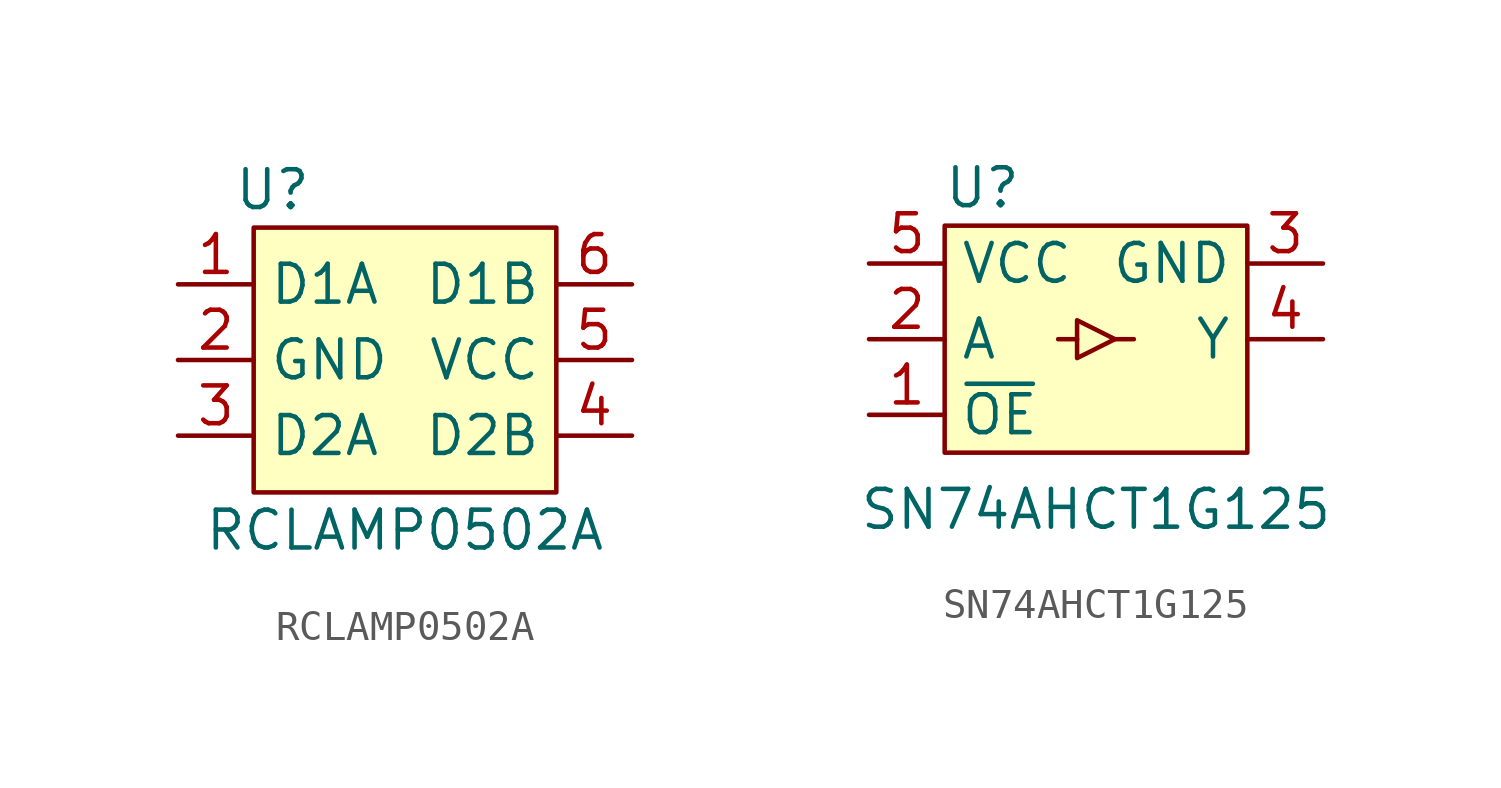
<source format=kicad_sym>
(kicad_symbol_lib
  (version 20211014)
  (generator kicad_symbol_editor)
  (symbol "RCLAMP0502A"
    (property "Reference" "U"
      (at -4.445 5.715 0)
      (effects (font (size 1.27 1.27))))
    (property "Value" "RCLAMP0502A"
      (at 0 -5.715 0)
      (effects (font (size 1.27 1.27))))
    (symbol "RCLAMP0502A_0_1"
      (rectangle (start -5.08 4.445) (end 5.08 -4.445) (stroke (width 0.152) (type default) (color 0 0 0 0)) (fill (type background))))
    (symbol "RCLAMP0502A_1_1"
      (pin bidirectional line (at -7.62 2.54 0) (length 2.54) (name "D1A" (effects (font (size 1.27 1.27)))) (number "1" (effects (font (size 1.27 1.27)))))
      (pin power_in line (at -7.62 0 0) (length 2.54) (name "GND" (effects (font (size 1.27 1.27)))) (number "2" (effects (font (size 1.27 1.27)))))
      (pin bidirectional line (at -7.62 -2.54 0) (length 2.54) (name "D2A" (effects (font (size 1.27 1.27)))) (number "3" (effects (font (size 1.27 1.27)))))
      (pin bidirectional line (at 7.62 -2.54 180) (length 2.54) (name "D2B" (effects (font (size 1.27 1.27)))) (number "4" (effects (font (size 1.27 1.27)))))
      (pin power_in line (at 7.62 0 180) (length 2.54) (name "VCC" (effects (font (size 1.27 1.27)))) (number "5" (effects (font (size 1.27 1.27)))))
      (pin bidirectional line (at 7.62 2.54 180) (length 2.54) (name "D1B" (effects (font (size 1.27 1.27)))) (number "6" (effects (font (size 1.27 1.27)))))))
  (symbol "SN74AHCT1G125"
    (property "Reference" "U"
      (at -3.81 6.35 0)
      (effects (font (size 1.27 1.27))))
    (property "Value" "SN74AHCT1G125"
      (at 0 -4.445 0)
      (effects (font (size 1.27 1.27))))
    (symbol "SN74AHCT1G125_0_1"
      (rectangle (start -5.08 5.08) (end 5.08 -2.54) (stroke (width 0.152) (type default) (color 0 0 0 0)) (fill (type background)))
      (polyline (pts (xy -0.635 1.27) (xy -1.27 1.27)) (stroke (width 0.152) (type default) (color 0 0 0 0)) (fill (type none)))
      (polyline (pts (xy 0.635 1.27) (xy 1.27 1.27)) (stroke (width 0.152) (type default) (color 0 0 0 0)) (fill (type none)))
      (polyline (pts (xy -0.635 1.905) (xy -0.635 0.635) (xy 0.635 1.27) (xy -0.635 1.905)) (stroke (width 0.152) (type default) (color 0 0 0 0)) (fill (type none))))
    (symbol "SN74AHCT1G125_1_1"
      (pin passive line (at -7.62 -1.27 0) (length 2.54) (name "~{OE}" (effects (font (size 1.27 1.27)))) (number "1" (effects (font (size 1.27 1.27)))))
      (pin input line (at -7.62 1.27 0) (length 2.54) (name "A" (effects (font (size 1.27 1.27)))) (number "2" (effects (font (size 1.27 1.27)))))
      (pin power_in line (at 7.62 3.81 180) (length 2.54) (name "GND" (effects (font (size 1.27 1.27)))) (number "3" (effects (font (size 1.27 1.27)))))
      (pin output line (at 7.62 1.27 180) (length 2.54) (name "Y" (effects (font (size 1.27 1.27)))) (number "4" (effects (font (size 1.27 1.27)))))
      (pin power_in line (at -7.62 3.81 0) (length 2.54) (name "VCC" (effects (font (size 1.27 1.27)))) (number "5" (effects (font (size 1.27 1.27))))))))
</source>
